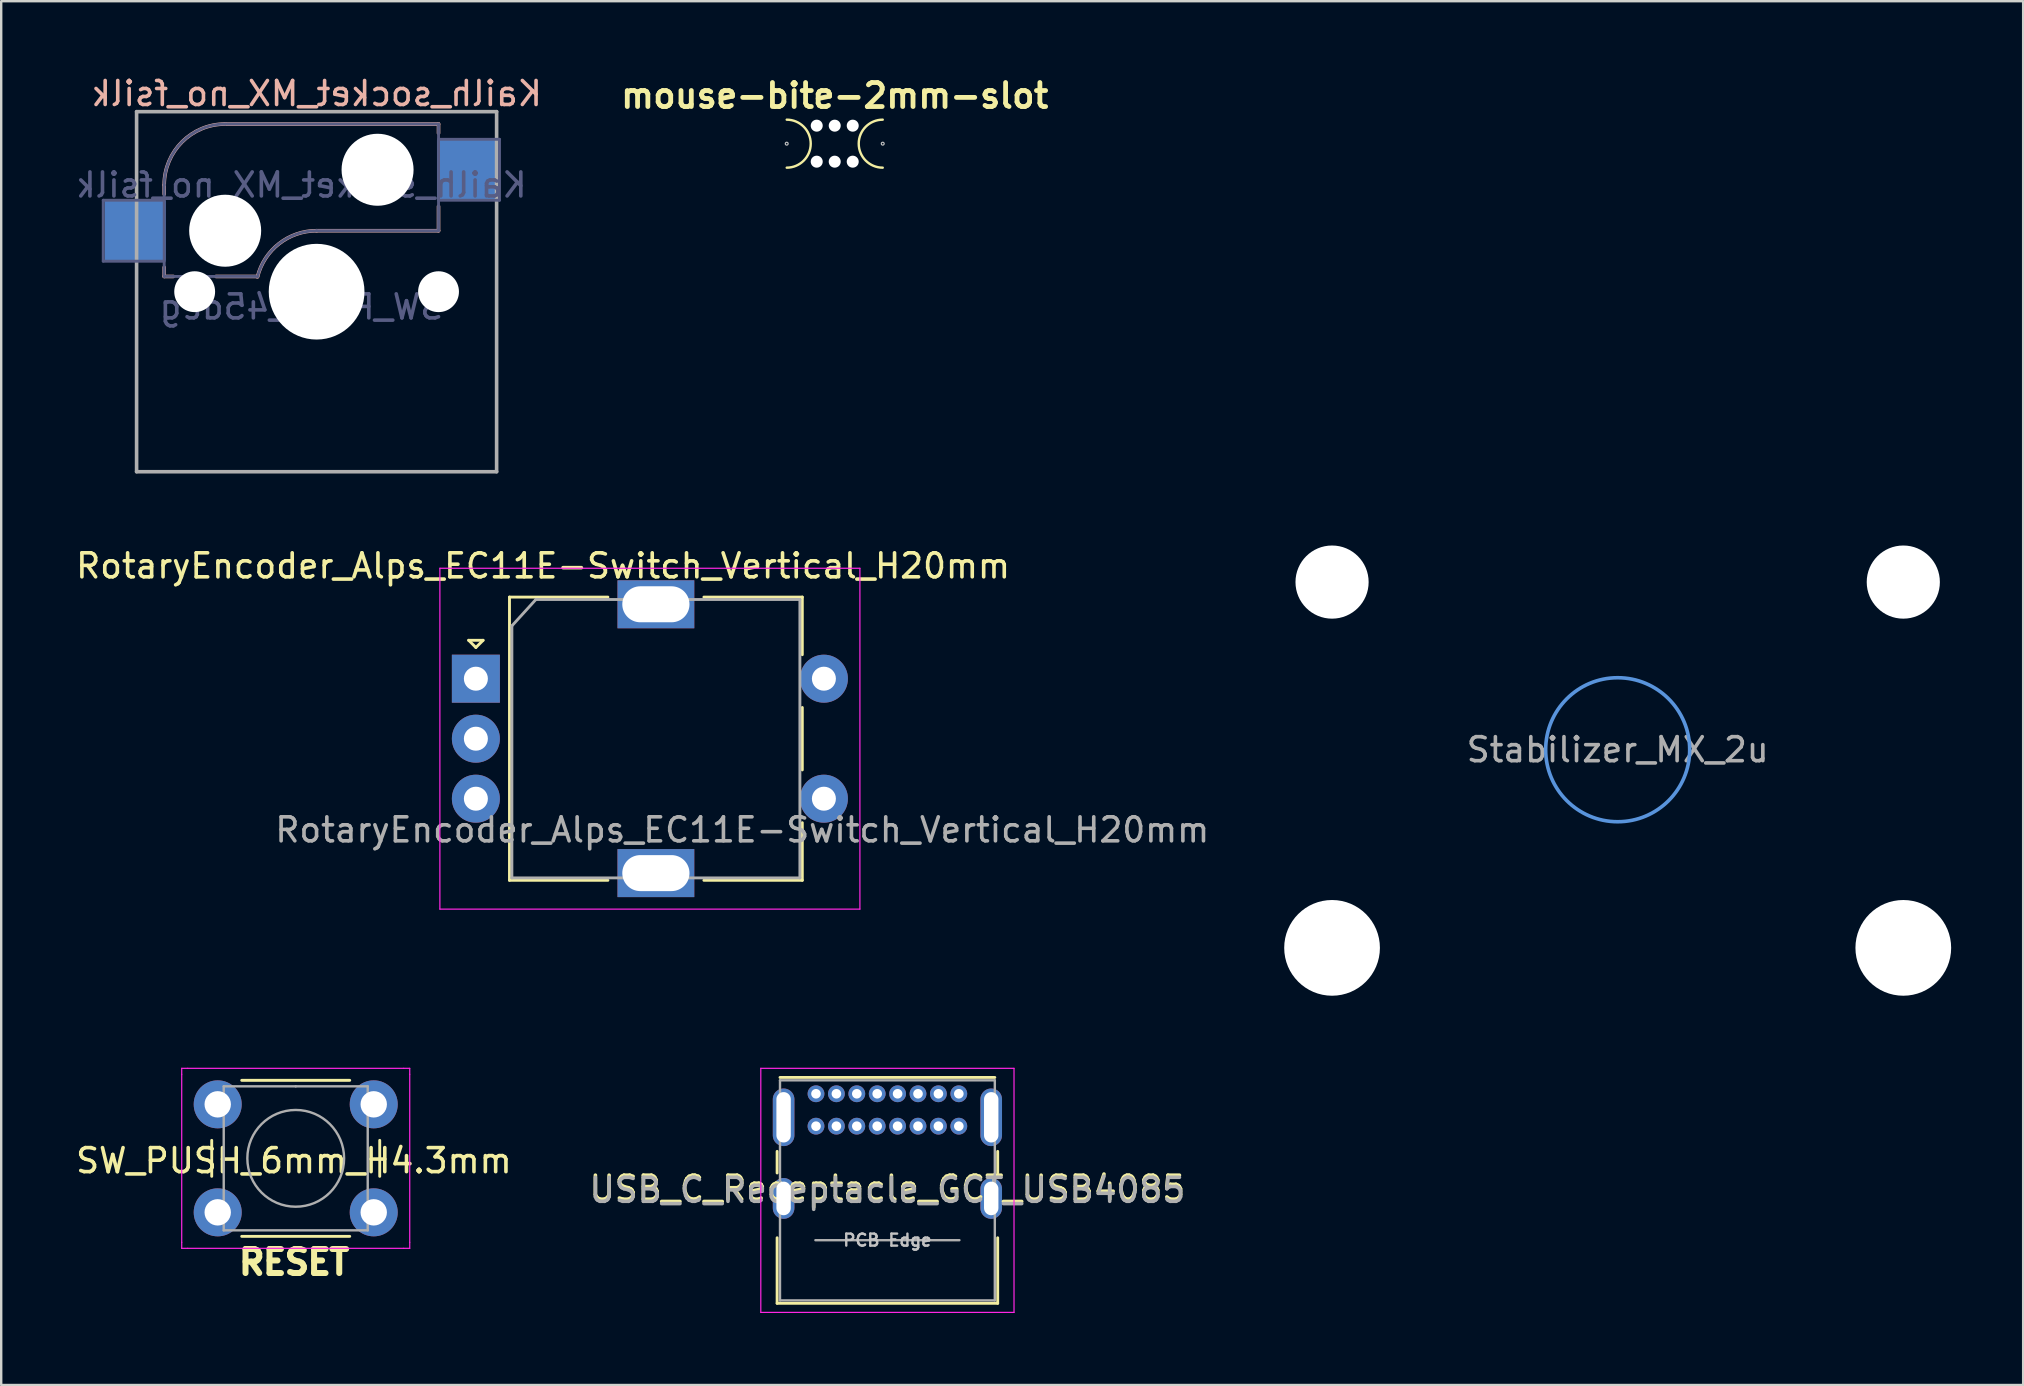
<source format=kicad_pcb>
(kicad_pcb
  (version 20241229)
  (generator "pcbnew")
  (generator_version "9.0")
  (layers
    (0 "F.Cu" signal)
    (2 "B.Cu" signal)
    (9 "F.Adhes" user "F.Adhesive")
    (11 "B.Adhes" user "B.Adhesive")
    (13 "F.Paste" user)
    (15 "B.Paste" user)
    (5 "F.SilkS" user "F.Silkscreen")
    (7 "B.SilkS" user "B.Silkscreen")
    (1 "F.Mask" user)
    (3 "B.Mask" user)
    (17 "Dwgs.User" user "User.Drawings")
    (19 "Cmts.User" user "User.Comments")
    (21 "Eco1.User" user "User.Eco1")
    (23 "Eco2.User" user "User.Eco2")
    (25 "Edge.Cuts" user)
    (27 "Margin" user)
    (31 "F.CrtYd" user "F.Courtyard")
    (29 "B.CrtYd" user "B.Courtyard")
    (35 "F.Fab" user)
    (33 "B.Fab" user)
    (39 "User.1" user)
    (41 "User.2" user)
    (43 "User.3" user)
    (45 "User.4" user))
  (footprint "mouse-bite-2mm-slot"
    (layer "F.Cu")
    (at 31.728 2.936)
    (property "Reference" "mouse-bite-2mm-slot" (at 0 -2 0) (layer "F.SilkS") (effects (font (size 1 1) (thickness 0.2))))
    (attr through_hole)
    (fp_arc (start -2 -1) (mid -1 0) (end -2 1) (stroke (width 0.1) (type solid)) (layer "F.SilkS"))
    (fp_arc (start 2 1) (mid 1 0) (end 2 -1) (stroke (width 0.1) (type solid)) (layer "F.SilkS"))
    (fp_circle (center -2 0) (end -2 -0.06) (stroke (width 0.05) (type solid)) (fill no) (layer "Dwgs.User"))
    (fp_circle (center 2 0) (end 2.06 0) (stroke (width 0.05) (type solid)) (fill no) (layer "Dwgs.User"))
    (fp_line (start -2 0) (end -2 0) (stroke (width 2) (type solid)) (layer "Eco1.User"))
    (fp_line (start 2 0) (end 2 0) (stroke (width 2) (type solid)) (layer "Eco1.User"))
    (pad "" np_thru_hole circle (at -0.75 -0.75) (size 0.5 0.5) (drill 0.5) (layers "*.Cu" "*.Mask"))
    (pad "" np_thru_hole circle (at -0.75 0.75) (size 0.5 0.5) (drill 0.5) (layers "*.Cu" "*.Mask"))
    (pad "" np_thru_hole circle (at 0 -0.75) (size 0.5 0.5) (drill 0.5) (layers "*.Cu" "*.Mask"))
    (pad "" np_thru_hole circle (at 0 0.75) (size 0.5 0.5) (drill 0.5) (layers "*.Cu" "*.Mask"))
    (pad "" np_thru_hole circle (at 0.75 -0.75) (size 0.5 0.5) (drill 0.5) (layers "*.Cu" "*.Mask"))
    (pad "" np_thru_hole circle (at 0.75 0.75) (size 0.5 0.5) (drill 0.5) (layers "*.Cu" "*.Mask")))
  (footprint "Kailh_socket_MX_no_fsilk"
    (layer "F.Cu")
    (at 10.141 9.103)
    (property "Reference" "Kailh_socket_MX_no_fsilk" (at 0 -8.255 0) (layer "B.SilkS") (effects (font (size 1 1) (thickness 0.15)) (justify mirror)))
    (property "Value" "SW_Push_45deg" (at 0 8.255 0) (layer "F.Fab") (hide yes) (effects (font (size 1 1) (thickness 0.15))))
    (attr smd)
    (fp_line (start -6.35 -4.445) (end -6.35 -4.064) (stroke (width 0.15) (type solid)) (layer "B.SilkS"))
    (fp_line (start -6.35 -1.016) (end -6.35 -0.635) (stroke (width 0.15) (type solid)) (layer "B.SilkS"))
    (fp_line (start -5.969 -0.635) (end -6.35 -0.635) (stroke (width 0.15) (type solid)) (layer "B.SilkS"))
    (fp_line (start -3.81 -6.985) (end 5.08 -6.985) (stroke (width 0.15) (type solid)) (layer "B.SilkS"))
    (fp_line (start -2.464 -0.635) (end -4.191 -0.635) (stroke (width 0.15) (type solid)) (layer "B.SilkS"))
    (fp_line (start 5.08 -6.985) (end 5.08 -6.604) (stroke (width 0.15) (type solid)) (layer "B.SilkS"))
    (fp_line (start 5.08 -3.556) (end 5.08 -2.54) (stroke (width 0.15) (type solid)) (layer "B.SilkS"))
    (fp_line (start 5.08 -2.54) (end 0 -2.54) (stroke (width 0.15) (type solid)) (layer "B.SilkS"))
    (fp_arc (start -6.35 -4.445) (mid -5.606051 -6.241051) (end -3.81 -6.985) (stroke (width 0.15) (type solid)) (layer "B.SilkS"))
    (fp_arc (start -2.464162 -0.61604) (mid -1.563147 -2.002042) (end 0 -2.54) (stroke (width 0.15) (type solid)) (layer "B.SilkS"))
    (fp_line (start -6.9 6.9) (end -6.9 -6.9) (stroke (width 0.15) (type solid)) (layer "Eco2.User"))
    (fp_line (start -6.9 6.9) (end 6.9 6.9) (stroke (width 0.15) (type solid)) (layer "Eco2.User"))
    (fp_line (start 6.9 -6.9) (end -6.9 -6.9) (stroke (width 0.15) (type solid)) (layer "Eco2.User"))
    (fp_line (start 6.9 -6.9) (end 6.9 6.9) (stroke (width 0.15) (type solid)) (layer "Eco2.User"))
    (fp_line (start -8.89 -3.81) (end -6.35 -3.81) (stroke (width 0.12) (type solid)) (layer "B.Fab"))
    (fp_line (start -8.89 -1.27) (end -8.89 -3.81) (stroke (width 0.12) (type solid)) (layer "B.Fab"))
    (fp_line (start -6.35 -1.27) (end -8.89 -1.27) (stroke (width 0.12) (type solid)) (layer "B.Fab"))
    (fp_line (start -6.35 -0.635) (end -6.35 -4.445) (stroke (width 0.12) (type solid)) (layer "B.Fab"))
    (fp_line (start -6.35 -0.635) (end -2.54 -0.635) (stroke (width 0.12) (type solid)) (layer "B.Fab"))
    (fp_line (start -3.81 -6.985) (end 5.08 -6.985) (stroke (width 0.12) (type solid)) (layer "B.Fab"))
    (fp_line (start 5.08 -6.985) (end 5.08 -2.54) (stroke (width 0.12) (type solid)) (layer "B.Fab"))
    (fp_line (start 5.08 -6.35) (end 7.62 -6.35) (stroke (width 0.12) (type solid)) (layer "B.Fab"))
    (fp_line (start 5.08 -2.54) (end 0 -2.54) (stroke (width 0.12) (type solid)) (layer "B.Fab"))
    (fp_line (start 7.62 -6.35) (end 7.62 -3.81) (stroke (width 0.12) (type solid)) (layer "B.Fab"))
    (fp_line (start 7.62 -3.81) (end 5.08 -3.81) (stroke (width 0.12) (type solid)) (layer "B.Fab"))
    (fp_arc (start -6.35 -4.445) (mid -5.606051 -6.241051) (end -3.81 -6.985) (stroke (width 0.12) (type solid)) (layer "B.Fab"))
    (fp_arc (start -2.464162 -0.61604) (mid -1.563147 -2.002042) (end 0 -2.54) (stroke (width 0.12) (type solid)) (layer "B.Fab"))
    (fp_line (start -7.5 -7.5) (end 7.5 -7.5) (stroke (width 0.15) (type solid)) (layer "F.Fab"))
    (fp_line (start -7.5 7.5) (end -7.5 -7.5) (stroke (width 0.15) (type solid)) (layer "F.Fab"))
    (fp_line (start 7.5 -7.5) (end 7.5 7.5) (stroke (width 0.15) (type solid)) (layer "F.Fab"))
    (fp_line (start 7.5 7.5) (end -7.5 7.5) (stroke (width 0.15) (type solid)) (layer "F.Fab"))
    (fp_text user "${VALUE}" (at -0.635 0.635 0) (layer "B.Fab") (effects (font (size 1 1) (thickness 0.15)) (justify mirror)))
    (fp_text user "${REFERENCE}" (at -0.635 -4.445 0) (layer "B.Fab") (effects (font (size 1 1) (thickness 0.15)) (justify mirror)))
    (pad "" np_thru_hole circle (at -5.08 0) (size 1.702 1.702) (drill 1.702) (layers "*.Cu" "*.Mask"))
    (pad "" np_thru_hole circle (at -3.81 -2.54) (size 3 3) (drill 3) (layers "*.Cu" "*.Mask"))
    (pad "" np_thru_hole circle (at 0 0) (size 3.988 3.988) (drill 3.988) (layers "*.Cu" "*.Mask"))
    (pad "" np_thru_hole circle (at 2.54 -5.08) (size 3 3) (drill 3) (layers "*.Cu" "*.Mask"))
    (pad "" np_thru_hole circle (at 5.08 0) (size 1.702 1.702) (drill 1.702) (layers "*.Cu" "*.Mask"))
    (pad "1" smd rect (at 6.29 -5.08) (size 2.55 2.5) (layers "B.Cu" "B.Mask" "B.Paste"))
    (pad "2" smd rect (at -7.56 -2.54) (size 2.55 2.5) (layers "B.Cu" "B.Mask" "B.Paste")))
  (footprint "Stabilizer_MX_2u"
    (layer "F.Cu")
    (at 64.349 28.187)
    (property "Reference" "Stabilizer_MX_2u" (at 0 0 180) (layer "F.Fab") (effects (font (size 1 1) (thickness 0.15))))
    (attr through_hole)
    (fp_circle (center 0 0) (end 3 0) (stroke (width 0.15) (type solid)) (fill no) (layer "Cmts.User"))
    (pad "" np_thru_hole circle (at -11.9 -6.985) (size 3.048 3.048) (drill 3.048) (layers "*.Cu" "*.Mask"))
    (pad "" np_thru_hole circle (at -11.9 8.255) (size 3.988 3.988) (drill 3.988) (layers "*.Cu" "*.Mask"))
    (pad "" np_thru_hole circle (at 11.9 -6.985) (size 3.048 3.048) (drill 3.048) (layers "*.Cu" "*.Mask"))
    (pad "" np_thru_hole circle (at 11.9 8.255) (size 3.988 3.988) (drill 3.988) (layers "*.Cu" "*.Mask")))
  (footprint "USB_C_Receptacle_GCT_USB4085"
    (layer "F.Cu")
    (at 30.948 42.521)
    (property "Reference" "USB_C_Receptacle_GCT_USB4085" (at 2.975 3.937 180) (layer "F.SilkS") (effects (font (size 1 1) (thickness 0.15))))
    (attr through_hole)
    (fp_line (start -1.62 2.4) (end -1.62 3.3) (stroke (width 0.12) (type solid)) (layer "F.SilkS"))
    (fp_line (start -1.62 6) (end -1.62 8.73) (stroke (width 0.12) (type solid)) (layer "F.SilkS"))
    (fp_line (start -1.62 8.73) (end 7.57 8.73) (stroke (width 0.12) (type solid)) (layer "F.SilkS"))
    (fp_line (start -1.5 -0.68) (end 7.45 -0.68) (stroke (width 0.12) (type solid)) (layer "F.SilkS"))
    (fp_line (start 7.57 2.4) (end 7.57 3.3) (stroke (width 0.12) (type solid)) (layer "F.SilkS"))
    (fp_line (start 7.57 6) (end 7.57 8.73) (stroke (width 0.12) (type solid)) (layer "F.SilkS"))
    (fp_line (start -2.3 -1.06) (end -2.3 9.11) (stroke (width 0.05) (type solid)) (layer "F.CrtYd"))
    (fp_line (start -2.3 -1.06) (end 8.25 -1.06) (stroke (width 0.05) (type solid)) (layer "F.CrtYd"))
    (fp_line (start -2.3 9.11) (end 8.25 9.11) (stroke (width 0.05) (type solid)) (layer "F.CrtYd"))
    (fp_line (start 8.25 -1.06) (end 8.25 9.11) (stroke (width 0.05) (type solid)) (layer "F.CrtYd"))
    (fp_line (start -1.5 -0.56) (end -1.5 8.61) (stroke (width 0.1) (type solid)) (layer "F.Fab"))
    (fp_line (start -1.5 -0.56) (end 7.45 -0.56) (stroke (width 0.1) (type solid)) (layer "F.Fab"))
    (fp_line (start -1.5 8.61) (end 7.45 8.61) (stroke (width 0.1) (type solid)) (layer "F.Fab"))
    (fp_line (start -0.025 6.1) (end 5.975 6.1) (stroke (width 0.1) (type solid)) (layer "F.Fab"))
    (fp_line (start 7.45 -0.56) (end 7.45 8.61) (stroke (width 0.1) (type solid)) (layer "F.Fab"))
    (fp_text user "PCB Edge" (at 2.975 6.1 180) (layer "Dwgs.User") (effects (font (size 0.5 0.5) (thickness 0.1))))
    (fp_text user "${REFERENCE}" (at 2.975 4.025 180) (layer "F.Fab") (effects (font (size 1 1) (thickness 0.15))))
    (pad "A1" thru_hole circle (at 0 0) (size 0.7 0.7) (drill 0.4) (layers "*.Cu" "*.Mask"))
    (pad "A4" thru_hole circle (at 0.85 0) (size 0.7 0.7) (drill 0.4) (layers "*.Cu" "*.Mask"))
    (pad "A5" thru_hole circle (at 1.7 0) (size 0.7 0.7) (drill 0.4) (layers "*.Cu" "*.Mask"))
    (pad "A6" thru_hole circle (at 2.55 0) (size 0.7 0.7) (drill 0.4) (layers "*.Cu" "*.Mask"))
    (pad "A7" thru_hole circle (at 3.4 0) (size 0.7 0.7) (drill 0.4) (layers "*.Cu" "*.Mask"))
    (pad "A8" thru_hole circle (at 4.25 0) (size 0.7 0.7) (drill 0.4) (layers "*.Cu" "*.Mask"))
    (pad "A9" thru_hole circle (at 5.1 0) (size 0.7 0.7) (drill 0.4) (layers "*.Cu" "*.Mask"))
    (pad "A12" thru_hole circle (at 5.95 0) (size 0.7 0.7) (drill 0.4) (layers "*.Cu" "*.Mask"))
    (pad "B1" thru_hole circle (at 5.95 1.35) (size 0.7 0.7) (drill 0.4) (layers "*.Cu" "*.Mask"))
    (pad "B4" thru_hole circle (at 5.1 1.35) (size 0.7 0.7) (drill 0.4) (layers "*.Cu" "*.Mask"))
    (pad "B5" thru_hole circle (at 4.25 1.35) (size 0.7 0.7) (drill 0.4) (layers "*.Cu" "*.Mask"))
    (pad "B6" thru_hole circle (at 3.4 1.35) (size 0.7 0.7) (drill 0.4) (layers "*.Cu" "*.Mask"))
    (pad "B7" thru_hole circle (at 2.55 1.35) (size 0.7 0.7) (drill 0.4) (layers "*.Cu" "*.Mask"))
    (pad "B8" thru_hole circle (at 1.7 1.35) (size 0.7 0.7) (drill 0.4) (layers "*.Cu" "*.Mask"))
    (pad "B9" thru_hole circle (at 0.85 1.35) (size 0.7 0.7) (drill 0.4) (layers "*.Cu" "*.Mask"))
    (pad "B12" thru_hole circle (at 0 1.35) (size 0.7 0.7) (drill 0.4) (layers "*.Cu" "*.Mask"))
    (pad "S1" thru_hole oval (at -1.35 0.98) (size 0.9 2.4) (drill oval 0.6 2.1) (layers "*.Cu" "*.Mask"))
    (pad "S1" thru_hole oval (at -1.35 4.36) (size 0.9 1.7) (drill oval 0.6 1.4) (layers "*.Cu" "*.Mask"))
    (pad "S1" thru_hole oval (at 7.3 0.98) (size 0.9 2.4) (drill oval 0.6 2.1) (layers "*.Cu" "*.Mask"))
    (pad "S1" thru_hole oval (at 7.3 4.36) (size 0.9 1.7) (drill oval 0.6 1.4) (layers "*.Cu" "*.Mask")))
  (footprint "RotaryEncoder_Alps_EC11E-Switch_Vertical_H20mm"
    (layer "F.Cu")
    (at 24.277 27.727)
    (property "Reference" "RotaryEncoder_Alps_EC11E-Switch_Vertical_H20mm" (at -4.7 -7.2 0) (layer "F.SilkS") (effects (font (size 1 1) (thickness 0.15))))
    (attr through_hole)
    (fp_line (start -7.8 -4.1) (end -7.2 -4.1) (stroke (width 0.12) (type solid)) (layer "F.SilkS"))
    (fp_line (start -7.5 -3.8) (end -7.8 -4.1) (stroke (width 0.12) (type solid)) (layer "F.SilkS"))
    (fp_line (start -7.2 -4.1) (end -7.5 -3.8) (stroke (width 0.12) (type solid)) (layer "F.SilkS"))
    (fp_line (start -6.1 -5.9) (end -6.1 5.9) (stroke (width 0.12) (type solid)) (layer "F.SilkS"))
    (fp_line (start -2 -5.9) (end -6.1 -5.9) (stroke (width 0.12) (type solid)) (layer "F.SilkS"))
    (fp_line (start -2 5.9) (end -6.1 5.9) (stroke (width 0.12) (type solid)) (layer "F.SilkS"))
    (fp_line (start 2 -5.9) (end 6.1 -5.9) (stroke (width 0.12) (type solid)) (layer "F.SilkS"))
    (fp_line (start 6.1 -5.9) (end 6.1 -3.5) (stroke (width 0.12) (type solid)) (layer "F.SilkS"))
    (fp_line (start 6.1 -1.3) (end 6.1 1.3) (stroke (width 0.12) (type solid)) (layer "F.SilkS"))
    (fp_line (start 6.1 3.5) (end 6.1 5.9) (stroke (width 0.12) (type solid)) (layer "F.SilkS"))
    (fp_line (start 6.1 5.9) (end 2 5.9) (stroke (width 0.12) (type solid)) (layer "F.SilkS"))
    (fp_line (start -9 -7.1) (end -9 7.1) (stroke (width 0.05) (type solid)) (layer "F.CrtYd"))
    (fp_line (start -9 -7.1) (end 8.5 -7.1) (stroke (width 0.05) (type solid)) (layer "F.CrtYd"))
    (fp_line (start 8.5 7.1) (end -9 7.1) (stroke (width 0.05) (type solid)) (layer "F.CrtYd"))
    (fp_line (start 8.5 7.1) (end 8.5 -7.1) (stroke (width 0.05) (type solid)) (layer "F.CrtYd"))
    (fp_line (start -6 -4.7) (end -5 -5.8) (stroke (width 0.12) (type solid)) (layer "F.Fab"))
    (fp_line (start -6 5.8) (end -6 -4.7) (stroke (width 0.12) (type solid)) (layer "F.Fab"))
    (fp_line (start -5 -5.8) (end 6 -5.8) (stroke (width 0.12) (type solid)) (layer "F.Fab"))
    (fp_line (start 6 -5.8) (end 6 5.8) (stroke (width 0.12) (type solid)) (layer "F.Fab"))
    (fp_line (start 6 5.8) (end -6 5.8) (stroke (width 0.12) (type solid)) (layer "F.Fab"))
    (fp_text user "${REFERENCE}" (at 3.6 3.8 0) (layer "F.Fab") (effects (font (size 1 1) (thickness 0.15))))
    (pad "A" thru_hole rect (at -7.5 -2.5) (size 2 2) (drill 1) (layers "*.Cu" "*.Mask"))
    (pad "B" thru_hole circle (at -7.5 2.5) (size 2 2) (drill 1) (layers "*.Cu" "*.Mask"))
    (pad "C" thru_hole circle (at -7.5 0) (size 2 2) (drill 1) (layers "*.Cu" "*.Mask"))
    (pad "MP" thru_hole rect (at 0 -5.6) (size 3.2 2) (drill oval 2.8 1.5) (layers "*.Cu" "*.Mask"))
    (pad "MP" thru_hole rect (at 0 5.6) (size 3.2 2) (drill oval 2.8 1.5) (layers "*.Cu" "*.Mask"))
    (pad "S1" thru_hole circle (at 7 2.5) (size 2 2) (drill 1) (layers "*.Cu" "*.Mask"))
    (pad "S2" thru_hole circle (at 7 -2.5) (size 2 2) (drill 1) (layers "*.Cu" "*.Mask")))
  (footprint "SW_PUSH_6mm_H4.3mm"
    (layer "F.Cu")
    (at 6.021 42.961)
    (property "Reference" "SW_PUSH_6mm_H4.3mm" (at 3.175 2.349 180) (layer "F.SilkS") (effects (font (size 1 1) (thickness 0.15))))
    (attr through_hole)
    (fp_line (start -0.25 1.5) (end -0.25 3) (stroke (width 0.12) (type solid)) (layer "F.SilkS"))
    (fp_line (start 1 5.5) (end 5.5 5.5) (stroke (width 0.12) (type solid)) (layer "F.SilkS"))
    (fp_line (start 5.5 -1) (end 1 -1) (stroke (width 0.12) (type solid)) (layer "F.SilkS"))
    (fp_line (start 6.75 3) (end 6.75 1.5) (stroke (width 0.12) (type solid)) (layer "F.SilkS"))
    (fp_line (start -1.5 -1.5) (end -1.25 -1.5) (stroke (width 0.05) (type solid)) (layer "F.CrtYd"))
    (fp_line (start -1.5 -1.25) (end -1.5 -1.5) (stroke (width 0.05) (type solid)) (layer "F.CrtYd"))
    (fp_line (start -1.5 5.75) (end -1.5 -1.25) (stroke (width 0.05) (type solid)) (layer "F.CrtYd"))
    (fp_line (start -1.5 5.75) (end -1.5 6) (stroke (width 0.05) (type solid)) (layer "F.CrtYd"))
    (fp_line (start -1.5 6) (end -1.25 6) (stroke (width 0.05) (type solid)) (layer "F.CrtYd"))
    (fp_line (start -1.25 -1.5) (end 7.75 -1.5) (stroke (width 0.05) (type solid)) (layer "F.CrtYd"))
    (fp_line (start 7.75 -1.5) (end 8 -1.5) (stroke (width 0.05) (type solid)) (layer "F.CrtYd"))
    (fp_line (start 7.75 6) (end -1.25 6) (stroke (width 0.05) (type solid)) (layer "F.CrtYd"))
    (fp_line (start 7.75 6) (end 8 6) (stroke (width 0.05) (type solid)) (layer "F.CrtYd"))
    (fp_line (start 8 -1.5) (end 8 -1.25) (stroke (width 0.05) (type solid)) (layer "F.CrtYd"))
    (fp_line (start 8 -1.25) (end 8 5.75) (stroke (width 0.05) (type solid)) (layer "F.CrtYd"))
    (fp_line (start 8 6) (end 8 5.75) (stroke (width 0.05) (type solid)) (layer "F.CrtYd"))
    (fp_line (start 0.25 -0.75) (end 3.25 -0.75) (stroke (width 0.1) (type solid)) (layer "F.Fab"))
    (fp_line (start 0.25 5.25) (end 0.25 -0.75) (stroke (width 0.1) (type solid)) (layer "F.Fab"))
    (fp_line (start 3.25 -0.75) (end 6.25 -0.75) (stroke (width 0.1) (type solid)) (layer "F.Fab"))
    (fp_line (start 6.25 -0.75) (end 6.25 5.25) (stroke (width 0.1) (type solid)) (layer "F.Fab"))
    (fp_line (start 6.25 5.25) (end 0.25 5.25) (stroke (width 0.1) (type solid)) (layer "F.Fab"))
    (fp_circle (center 3.25 2.25) (end 1.25 2.5) (stroke (width 0.1) (type solid)) (fill no) (layer "F.Fab"))
    (fp_text user "RESET" (at 3.182 6.579 180) (layer "F.SilkS") (effects (font (size 1 1) (thickness 0.3))))
    (pad "1" thru_hole circle (at 0 0 90) (size 2 2) (drill 1.1) (layers "*.Cu" "*.Mask"))
    (pad "1" thru_hole circle (at 6.5 0 90) (size 2 2) (drill 1.1) (layers "*.Cu" "*.Mask"))
    (pad "2" thru_hole circle (at 0 4.5 90) (size 2 2) (drill 1.1) (layers "*.Cu" "*.Mask"))
    (pad "2" thru_hole circle (at 6.5 4.5 90) (size 2 2) (drill 1.1) (layers "*.Cu" "*.Mask")))
  (gr_rect
    (start -3 -3)
    (end 81.243 54.656)
    (stroke (width 0.1) (type default))
    (fill no)
    (layer "Edge.Cuts")))
</source>
